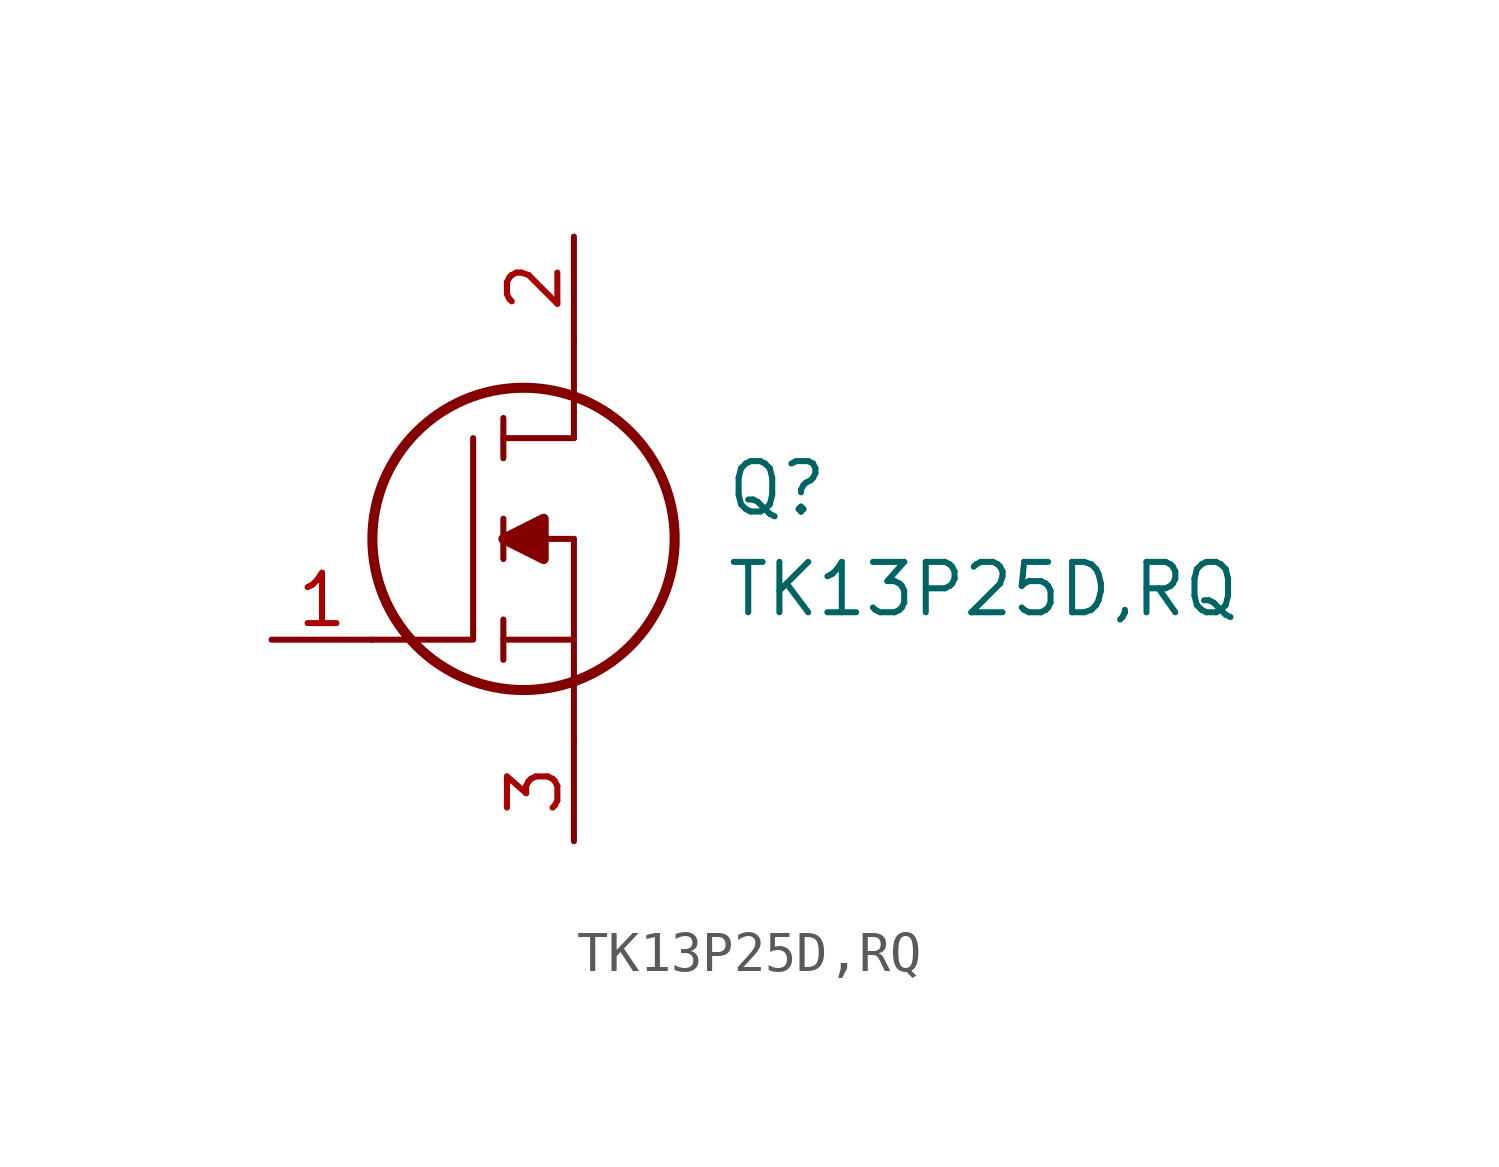
<source format=kicad_sym>
(kicad_symbol_lib
  (version 20211014)
  (generator kicad_symbol_editor)
  (symbol "TK13P25D,RQ"
    (pin_names
      (offset 0.762))
    (property "Reference" "Q"
      (at 11.43 3.81 0)
      (effects (font (size 1.27 1.27)) (justify left)))
    (property "Value" "TK13P25D,RQ"
      (at 11.43 1.27 0)
      (effects (font (size 1.27 1.27)) (justify left)))
    (symbol "TK13P25D,RQ_0_0"
      (pin passive line (at 0 0 0) (length 2.54) (name "~" (effects (font (size 1.27 1.27)))) (number "1" (effects (font (size 1.27 1.27)))))
      (pin passive line (at 7.62 10.16 270) (length 2.54) (name "~" (effects (font (size 1.27 1.27)))) (number "2" (effects (font (size 1.27 1.27)))))
      (pin passive line (at 7.62 -5.08 90) (length 2.54) (name "~" (effects (font (size 1.27 1.27)))) (number "3" (effects (font (size 1.27 1.27))))))
    (symbol "TK13P25D,RQ_0_1"
      (polyline (pts (xy 5.842 -0.508) (xy 5.842 0.508)) (stroke (width 0.152) (type default) (color 0 0 0 0)) (fill (type none)))
      (polyline (pts (xy 5.842 0) (xy 7.62 0)) (stroke (width 0.152) (type default) (color 0 0 0 0)) (fill (type none)))
      (polyline (pts (xy 5.842 2.032) (xy 5.842 3.048)) (stroke (width 0.152) (type default) (color 0 0 0 0)) (fill (type none)))
      (polyline (pts (xy 5.842 5.588) (xy 5.842 4.572)) (stroke (width 0.152) (type default) (color 0 0 0 0)) (fill (type none)))
      (polyline (pts (xy 7.62 2.54) (xy 5.842 2.54)) (stroke (width 0.152) (type default) (color 0 0 0 0)) (fill (type none)))
      (polyline (pts (xy 7.62 2.54) (xy 7.62 -2.54)) (stroke (width 0.152) (type default) (color 0 0 0 0)) (fill (type none)))
      (polyline (pts (xy 7.62 5.08) (xy 5.842 5.08)) (stroke (width 0.152) (type default) (color 0 0 0 0)) (fill (type none)))
      (polyline (pts (xy 7.62 5.08) (xy 7.62 7.62)) (stroke (width 0.152) (type default) (color 0 0 0 0)) (fill (type none)))
      (polyline (pts (xy 2.54 0) (xy 5.08 0) (xy 5.08 5.08)) (stroke (width 0.152) (type default) (color 0 0 0 0)) (fill (type none)))
      (polyline (pts (xy 5.842 2.54) (xy 6.858 3.048) (xy 6.858 2.032) (xy 5.842 2.54)) (stroke (width 0.254) (type default) (color 0 0 0 0)) (fill (type outline)))
      (circle (center 6.35 2.54) (radius 3.81) (stroke (width 0.254) (type default) (color 0 0 0 0)) (fill (type none))))))
</source>
